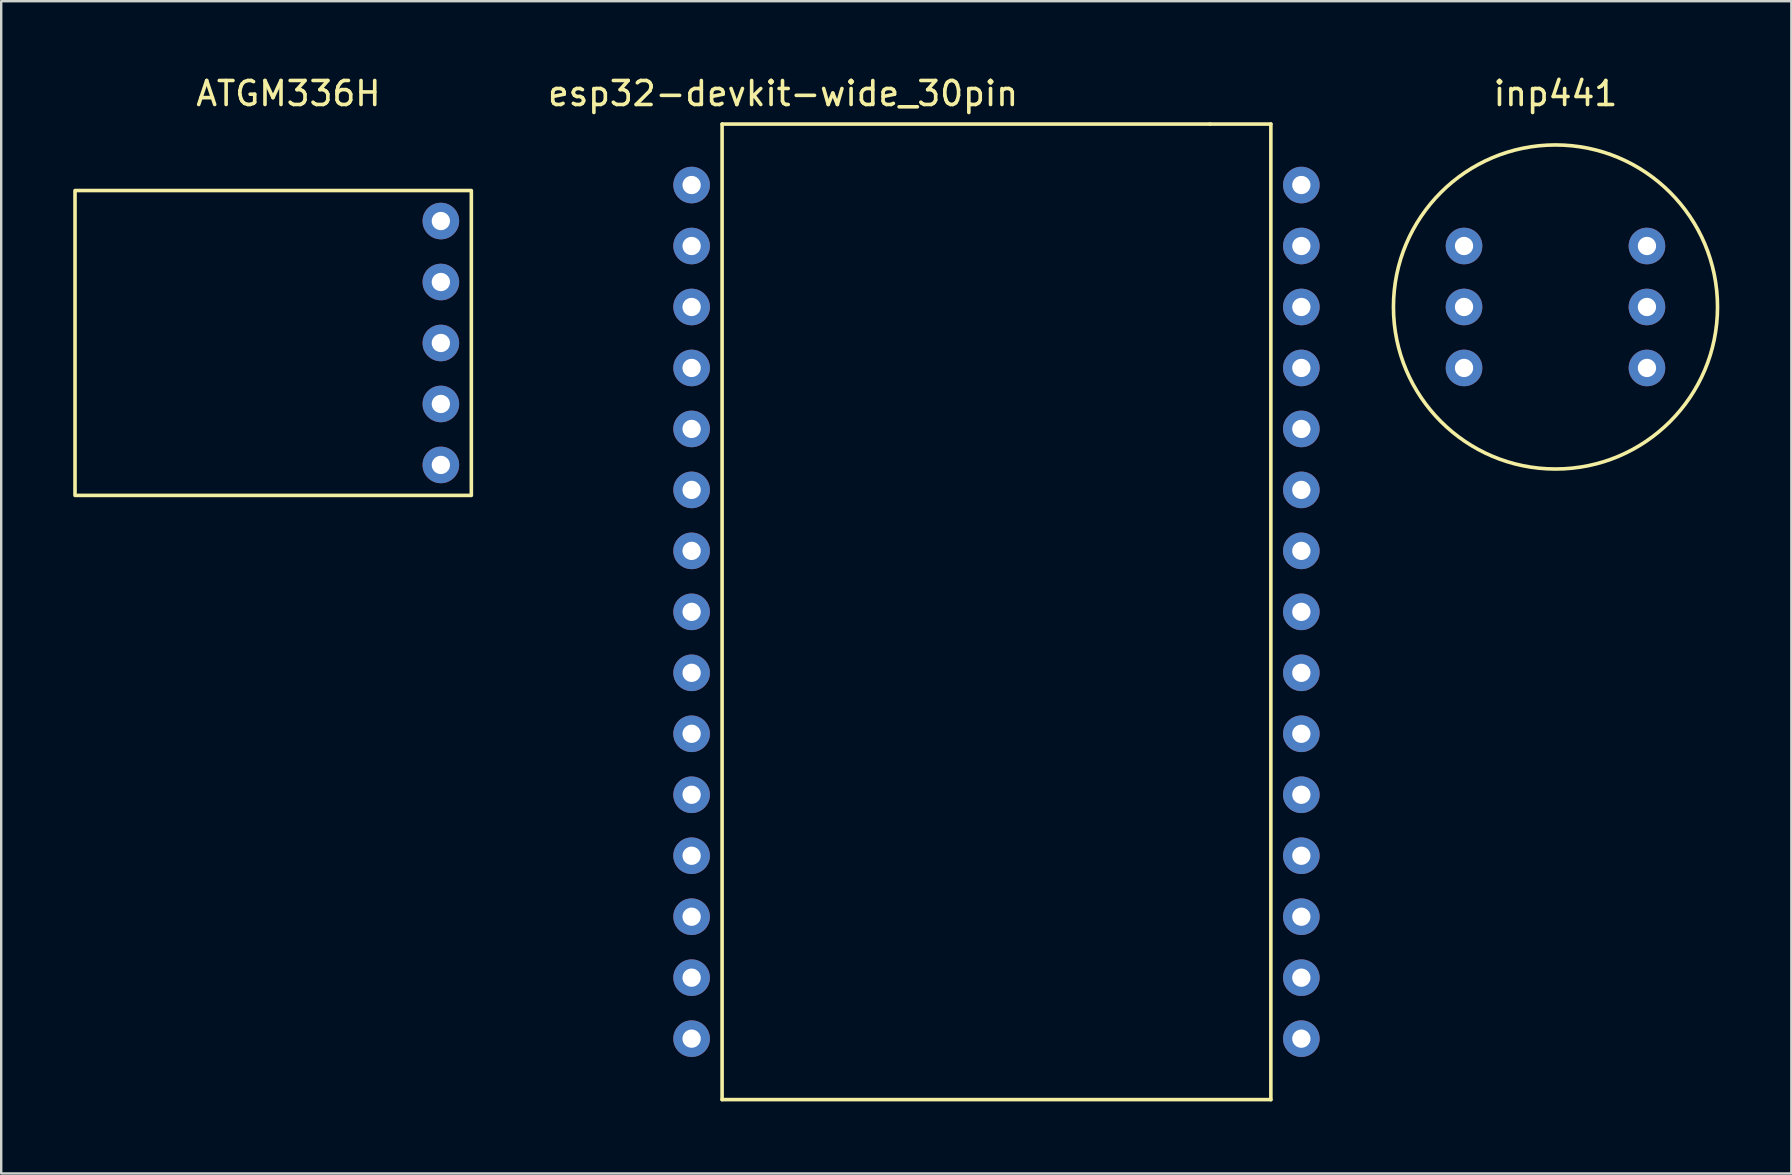
<source format=kicad_pcb>
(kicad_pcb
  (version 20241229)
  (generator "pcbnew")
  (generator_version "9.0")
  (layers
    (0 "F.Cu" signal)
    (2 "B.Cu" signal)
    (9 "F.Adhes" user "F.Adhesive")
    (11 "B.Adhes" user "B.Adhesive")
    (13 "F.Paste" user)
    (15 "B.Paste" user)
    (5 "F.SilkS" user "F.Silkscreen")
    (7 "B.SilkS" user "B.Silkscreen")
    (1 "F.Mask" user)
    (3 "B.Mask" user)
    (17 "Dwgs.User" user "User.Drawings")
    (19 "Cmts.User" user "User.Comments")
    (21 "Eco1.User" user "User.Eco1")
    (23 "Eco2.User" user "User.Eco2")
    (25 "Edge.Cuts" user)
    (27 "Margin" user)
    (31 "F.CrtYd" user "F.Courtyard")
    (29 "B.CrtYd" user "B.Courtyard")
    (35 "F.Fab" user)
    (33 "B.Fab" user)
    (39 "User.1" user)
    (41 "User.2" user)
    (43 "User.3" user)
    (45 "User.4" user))
  (footprint "esp32-devkit-wide_30pin"
    (layer "F.Cu")
    (at 41.001 2.118)
    (property "Reference" "esp32-devkit-wide_30pin" (at -11.43 -1.27 0) (layer "F.SilkS") (effects (font (size 1 1) (thickness 0.15))))
    (attr through_hole)
    (fp_line (start -13.97 0) (end -13.97 40.64) (stroke (width 0.15) (type solid)) (layer "F.SilkS"))
    (fp_line (start -13.97 40.64) (end 8.89 40.64) (stroke (width 0.15) (type solid)) (layer "F.SilkS"))
    (fp_line (start 6.35 0) (end -13.97 0) (stroke (width 0.15) (type solid)) (layer "F.SilkS"))
    (fp_line (start 6.35 0) (end 8.89 0) (stroke (width 0.15) (type solid)) (layer "F.SilkS"))
    (fp_line (start 8.89 0) (end 8.89 40.64) (stroke (width 0.15) (type solid)) (layer "F.SilkS"))
    (pad "1" thru_hole circle (at -15.24 2.54) (size 1.524 1.524) (drill 0.762) (layers "*.Cu" "*.Mask"))
    (pad "2" thru_hole circle (at -15.24 5.08) (size 1.524 1.524) (drill 0.762) (layers "*.Cu" "*.Mask"))
    (pad "3" thru_hole circle (at -15.24 7.62) (size 1.524 1.524) (drill 0.762) (layers "*.Cu" "*.Mask"))
    (pad "4" thru_hole circle (at -15.24 10.16) (size 1.524 1.524) (drill 0.762) (layers "*.Cu" "*.Mask"))
    (pad "5" thru_hole circle (at -15.24 12.7) (size 1.524 1.524) (drill 0.762) (layers "*.Cu" "*.Mask"))
    (pad "6" thru_hole circle (at -15.24 15.24) (size 1.524 1.524) (drill 0.762) (layers "*.Cu" "*.Mask"))
    (pad "7" thru_hole circle (at -15.24 17.78) (size 1.524 1.524) (drill 0.762) (layers "*.Cu" "*.Mask"))
    (pad "8" thru_hole circle (at -15.24 20.32) (size 1.524 1.524) (drill 0.762) (layers "*.Cu" "*.Mask"))
    (pad "9" thru_hole circle (at -15.24 22.86) (size 1.524 1.524) (drill 0.762) (layers "*.Cu" "*.Mask"))
    (pad "10" thru_hole circle (at -15.24 25.4) (size 1.524 1.524) (drill 0.762) (layers "*.Cu" "*.Mask"))
    (pad "11" thru_hole circle (at -15.24 27.94) (size 1.524 1.524) (drill 0.762) (layers "*.Cu" "*.Mask"))
    (pad "12" thru_hole circle (at -15.24 30.48) (size 1.524 1.524) (drill 0.762) (layers "*.Cu" "*.Mask"))
    (pad "13" thru_hole circle (at -15.24 33.02) (size 1.524 1.524) (drill 0.762) (layers "*.Cu" "*.Mask"))
    (pad "14" thru_hole circle (at -15.24 35.56) (size 1.524 1.524) (drill 0.762) (layers "*.Cu" "*.Mask"))
    (pad "15" thru_hole circle (at -15.24 38.1) (size 1.524 1.524) (drill 0.762) (layers "*.Cu" "*.Mask"))
    (pad "16" thru_hole circle (at 10.16 38.1) (size 1.524 1.524) (drill 0.762) (layers "*.Cu" "*.Mask"))
    (pad "17" thru_hole circle (at 10.16 35.56) (size 1.524 1.524) (drill 0.762) (layers "*.Cu" "*.Mask"))
    (pad "18" thru_hole circle (at 10.16 33.02) (size 1.524 1.524) (drill 0.762) (layers "*.Cu" "*.Mask"))
    (pad "19" thru_hole circle (at 10.16 30.48) (size 1.524 1.524) (drill 0.762) (layers "*.Cu" "*.Mask"))
    (pad "20" thru_hole circle (at 10.16 27.94) (size 1.524 1.524) (drill 0.762) (layers "*.Cu" "*.Mask"))
    (pad "21" thru_hole circle (at 10.16 25.4) (size 1.524 1.524) (drill 0.762) (layers "*.Cu" "*.Mask"))
    (pad "22" thru_hole circle (at 10.16 22.86) (size 1.524 1.524) (drill 0.762) (layers "*.Cu" "*.Mask"))
    (pad "23" thru_hole circle (at 10.16 20.32) (size 1.524 1.524) (drill 0.762) (layers "*.Cu" "*.Mask"))
    (pad "24" thru_hole circle (at 10.16 17.78) (size 1.524 1.524) (drill 0.762) (layers "*.Cu" "*.Mask"))
    (pad "25" thru_hole circle (at 10.16 15.24) (size 1.524 1.524) (drill 0.762) (layers "*.Cu" "*.Mask"))
    (pad "26" thru_hole circle (at 10.16 12.7) (size 1.524 1.524) (drill 0.762) (layers "*.Cu" "*.Mask"))
    (pad "27" thru_hole circle (at 10.16 10.16) (size 1.524 1.524) (drill 0.762) (layers "*.Cu" "*.Mask"))
    (pad "28" thru_hole circle (at 10.16 7.62) (size 1.524 1.524) (drill 0.762) (layers "*.Cu" "*.Mask"))
    (pad "29" thru_hole circle (at 10.16 5.08) (size 1.524 1.524) (drill 0.762) (layers "*.Cu" "*.Mask"))
    (pad "30" thru_hole circle (at 10.16 2.54) (size 1.524 1.524) (drill 0.762) (layers "*.Cu" "*.Mask")))
  (footprint "ATGM336H"
    (layer "F.Cu")
    (at 10.235 1.078)
    (property "Reference" "ATGM336H" (at -1.27 -0.23 0) (unlocked yes) (layer "F.SilkS") (effects (font (size 1 1) (thickness 0.15))))
    (attr through_hole)
    (fp_rect (start -10.16 3.81) (end 6.35 16.51) (stroke (width 0.15) (type solid)) (fill no) (layer "F.SilkS"))
    (pad "1" thru_hole circle (at 5.08 5.08) (size 1.524 1.524) (drill 0.762) (layers "*.Cu" "*.Mask"))
    (pad "2" thru_hole circle (at 5.08 7.62) (size 1.524 1.524) (drill 0.762) (layers "*.Cu" "*.Mask"))
    (pad "3" thru_hole circle (at 5.08 10.16) (size 1.524 1.524) (drill 0.762) (layers "*.Cu" "*.Mask"))
    (pad "4" thru_hole circle (at 5.08 12.7) (size 1.524 1.524) (drill 0.762) (layers "*.Cu" "*.Mask"))
    (pad "5" thru_hole circle (at 5.08 15.24) (size 1.524 1.524) (drill 0.762) (layers "*.Cu" "*.Mask")))
  (footprint "inp441"
    (layer "F.Cu")
    (at 60.478 2.118)
    (property "Reference" "inp441" (at 1.27 -1.27 0) (unlocked yes) (layer "F.SilkS") (effects (font (size 1 1) (thickness 0.15))))
    (attr smd)
    (fp_circle (center 1.27 7.62) (end 8.02 7.62) (stroke (width 0.15) (type solid)) (fill no) (layer "F.SilkS"))
    (pad "1" thru_hole circle (at -2.54 5.08) (size 1.524 1.524) (drill 0.762) (layers "*.Cu" "*.Mask"))
    (pad "2" thru_hole circle (at -2.54 7.62) (size 1.524 1.524) (drill 0.762) (layers "*.Cu" "*.Mask"))
    (pad "3" thru_hole circle (at -2.54 10.16) (size 1.524 1.524) (drill 0.762) (layers "*.Cu" "*.Mask"))
    (pad "4" thru_hole circle (at 5.08 10.16) (size 1.524 1.524) (drill 0.762) (layers "*.Cu" "*.Mask"))
    (pad "5" thru_hole circle (at 5.08 7.62) (size 1.524 1.524) (drill 0.762) (layers "*.Cu" "*.Mask"))
    (pad "6" thru_hole circle (at 5.08 5.08) (size 1.524 1.524) (drill 0.762) (layers "*.Cu" "*.Mask")))
  (gr_rect
    (start -3 -3)
    (end 71.573 45.833)
    (stroke (width 0.1) (type default))
    (fill no)
    (layer "Edge.Cuts")))
</source>
